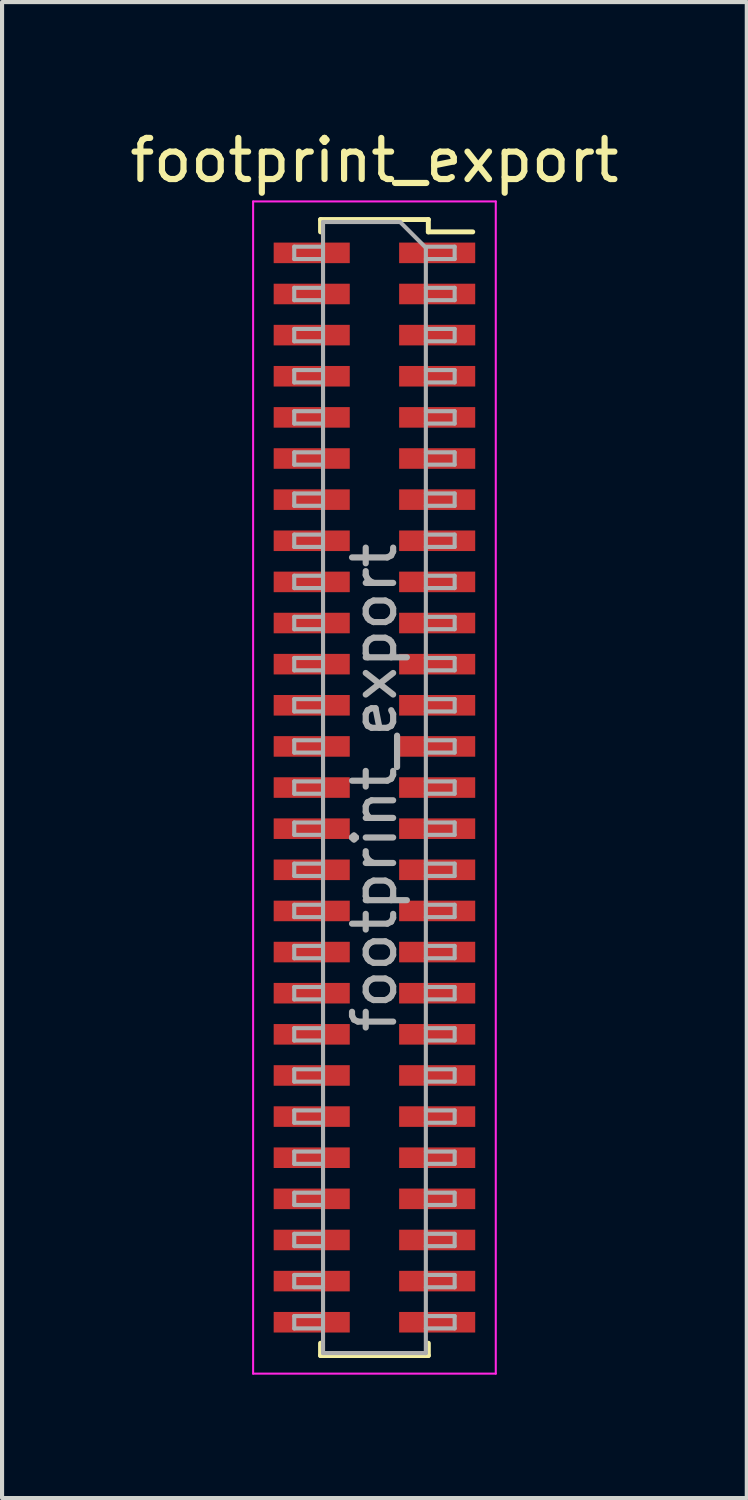
<source format=kicad_pcb>
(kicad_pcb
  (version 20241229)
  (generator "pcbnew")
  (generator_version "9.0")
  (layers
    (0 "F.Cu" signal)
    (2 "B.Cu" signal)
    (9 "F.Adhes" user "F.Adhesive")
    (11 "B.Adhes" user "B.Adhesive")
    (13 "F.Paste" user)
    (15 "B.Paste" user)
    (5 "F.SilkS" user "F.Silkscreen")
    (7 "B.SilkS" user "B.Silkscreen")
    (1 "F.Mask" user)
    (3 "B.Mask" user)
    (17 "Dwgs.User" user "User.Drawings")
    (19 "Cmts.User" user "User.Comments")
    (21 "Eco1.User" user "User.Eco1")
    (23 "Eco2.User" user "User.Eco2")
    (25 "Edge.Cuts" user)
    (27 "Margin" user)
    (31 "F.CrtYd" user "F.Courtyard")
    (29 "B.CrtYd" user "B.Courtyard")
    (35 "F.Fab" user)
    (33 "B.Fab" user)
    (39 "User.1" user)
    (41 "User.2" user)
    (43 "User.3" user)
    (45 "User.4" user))
  (footprint "footprint_export"
    (layer "F.Cu")
    (at 6.054 16.098)
    (property "Reference" "footprint_export" (at 0 -15.25 0) (layer "F.SilkS") (effects (font (size 1 1) (thickness 0.15))))
    (attr smd)
    (fp_line (start -1.31 -13.81) (end -1.31 -13.51) (stroke (width 0.12) (type solid)) (layer "F.SilkS"))
    (fp_line (start -1.31 -13.81) (end 1.31 -13.81) (stroke (width 0.12) (type solid)) (layer "F.SilkS"))
    (fp_line (start -1.31 13.51) (end -1.31 13.81) (stroke (width 0.12) (type solid)) (layer "F.SilkS"))
    (fp_line (start -1.31 13.81) (end 1.31 13.81) (stroke (width 0.12) (type solid)) (layer "F.SilkS"))
    (fp_line (start 1.31 -13.81) (end 1.31 -13.51) (stroke (width 0.12) (type solid)) (layer "F.SilkS"))
    (fp_line (start 1.31 -13.51) (end 2.39 -13.51) (stroke (width 0.12) (type solid)) (layer "F.SilkS"))
    (fp_line (start 1.31 13.51) (end 1.31 13.81) (stroke (width 0.12) (type solid)) (layer "F.SilkS"))
    (fp_line (start -2.95 -14.25) (end 2.95 -14.25) (stroke (width 0.05) (type solid)) (layer "F.CrtYd"))
    (fp_line (start -2.95 14.25) (end -2.95 -14.25) (stroke (width 0.05) (type solid)) (layer "F.CrtYd"))
    (fp_line (start 2.95 -14.25) (end 2.95 14.25) (stroke (width 0.05) (type solid)) (layer "F.CrtYd"))
    (fp_line (start 2.95 14.25) (end -2.95 14.25) (stroke (width 0.05) (type solid)) (layer "F.CrtYd"))
    (fp_line (start -1.95 -13.15) (end -1.25 -13.15) (stroke (width 0.1) (type solid)) (layer "F.Fab"))
    (fp_line (start -1.95 -12.85) (end -1.95 -13.15) (stroke (width 0.1) (type solid)) (layer "F.Fab"))
    (fp_line (start -1.95 -12.15) (end -1.25 -12.15) (stroke (width 0.1) (type solid)) (layer "F.Fab"))
    (fp_line (start -1.95 -11.85) (end -1.95 -12.15) (stroke (width 0.1) (type solid)) (layer "F.Fab"))
    (fp_line (start -1.95 -11.15) (end -1.25 -11.15) (stroke (width 0.1) (type solid)) (layer "F.Fab"))
    (fp_line (start -1.95 -10.85) (end -1.95 -11.15) (stroke (width 0.1) (type solid)) (layer "F.Fab"))
    (fp_line (start -1.95 -10.15) (end -1.25 -10.15) (stroke (width 0.1) (type solid)) (layer "F.Fab"))
    (fp_line (start -1.95 -9.85) (end -1.95 -10.15) (stroke (width 0.1) (type solid)) (layer "F.Fab"))
    (fp_line (start -1.95 -9.15) (end -1.25 -9.15) (stroke (width 0.1) (type solid)) (layer "F.Fab"))
    (fp_line (start -1.95 -8.85) (end -1.95 -9.15) (stroke (width 0.1) (type solid)) (layer "F.Fab"))
    (fp_line (start -1.95 -8.15) (end -1.25 -8.15) (stroke (width 0.1) (type solid)) (layer "F.Fab"))
    (fp_line (start -1.95 -7.85) (end -1.95 -8.15) (stroke (width 0.1) (type solid)) (layer "F.Fab"))
    (fp_line (start -1.95 -7.15) (end -1.25 -7.15) (stroke (width 0.1) (type solid)) (layer "F.Fab"))
    (fp_line (start -1.95 -6.85) (end -1.95 -7.15) (stroke (width 0.1) (type solid)) (layer "F.Fab"))
    (fp_line (start -1.95 -6.15) (end -1.25 -6.15) (stroke (width 0.1) (type solid)) (layer "F.Fab"))
    (fp_line (start -1.95 -5.85) (end -1.95 -6.15) (stroke (width 0.1) (type solid)) (layer "F.Fab"))
    (fp_line (start -1.95 -5.15) (end -1.25 -5.15) (stroke (width 0.1) (type solid)) (layer "F.Fab"))
    (fp_line (start -1.95 -4.85) (end -1.95 -5.15) (stroke (width 0.1) (type solid)) (layer "F.Fab"))
    (fp_line (start -1.95 -4.15) (end -1.25 -4.15) (stroke (width 0.1) (type solid)) (layer "F.Fab"))
    (fp_line (start -1.95 -3.85) (end -1.95 -4.15) (stroke (width 0.1) (type solid)) (layer "F.Fab"))
    (fp_line (start -1.95 -3.15) (end -1.25 -3.15) (stroke (width 0.1) (type solid)) (layer "F.Fab"))
    (fp_line (start -1.95 -2.85) (end -1.95 -3.15) (stroke (width 0.1) (type solid)) (layer "F.Fab"))
    (fp_line (start -1.95 -2.15) (end -1.25 -2.15) (stroke (width 0.1) (type solid)) (layer "F.Fab"))
    (fp_line (start -1.95 -1.85) (end -1.95 -2.15) (stroke (width 0.1) (type solid)) (layer "F.Fab"))
    (fp_line (start -1.95 -1.15) (end -1.25 -1.15) (stroke (width 0.1) (type solid)) (layer "F.Fab"))
    (fp_line (start -1.95 -0.85) (end -1.95 -1.15) (stroke (width 0.1) (type solid)) (layer "F.Fab"))
    (fp_line (start -1.95 -0.15) (end -1.25 -0.15) (stroke (width 0.1) (type solid)) (layer "F.Fab"))
    (fp_line (start -1.95 0.15) (end -1.95 -0.15) (stroke (width 0.1) (type solid)) (layer "F.Fab"))
    (fp_line (start -1.95 0.85) (end -1.25 0.85) (stroke (width 0.1) (type solid)) (layer "F.Fab"))
    (fp_line (start -1.95 1.15) (end -1.95 0.85) (stroke (width 0.1) (type solid)) (layer "F.Fab"))
    (fp_line (start -1.95 1.85) (end -1.25 1.85) (stroke (width 0.1) (type solid)) (layer "F.Fab"))
    (fp_line (start -1.95 2.15) (end -1.95 1.85) (stroke (width 0.1) (type solid)) (layer "F.Fab"))
    (fp_line (start -1.95 2.85) (end -1.25 2.85) (stroke (width 0.1) (type solid)) (layer "F.Fab"))
    (fp_line (start -1.95 3.15) (end -1.95 2.85) (stroke (width 0.1) (type solid)) (layer "F.Fab"))
    (fp_line (start -1.95 3.85) (end -1.25 3.85) (stroke (width 0.1) (type solid)) (layer "F.Fab"))
    (fp_line (start -1.95 4.15) (end -1.95 3.85) (stroke (width 0.1) (type solid)) (layer "F.Fab"))
    (fp_line (start -1.95 4.85) (end -1.25 4.85) (stroke (width 0.1) (type solid)) (layer "F.Fab"))
    (fp_line (start -1.95 5.15) (end -1.95 4.85) (stroke (width 0.1) (type solid)) (layer "F.Fab"))
    (fp_line (start -1.95 5.85) (end -1.25 5.85) (stroke (width 0.1) (type solid)) (layer "F.Fab"))
    (fp_line (start -1.95 6.15) (end -1.95 5.85) (stroke (width 0.1) (type solid)) (layer "F.Fab"))
    (fp_line (start -1.95 6.85) (end -1.25 6.85) (stroke (width 0.1) (type solid)) (layer "F.Fab"))
    (fp_line (start -1.95 7.15) (end -1.95 6.85) (stroke (width 0.1) (type solid)) (layer "F.Fab"))
    (fp_line (start -1.95 7.85) (end -1.25 7.85) (stroke (width 0.1) (type solid)) (layer "F.Fab"))
    (fp_line (start -1.95 8.15) (end -1.95 7.85) (stroke (width 0.1) (type solid)) (layer "F.Fab"))
    (fp_line (start -1.95 8.85) (end -1.25 8.85) (stroke (width 0.1) (type solid)) (layer "F.Fab"))
    (fp_line (start -1.95 9.15) (end -1.95 8.85) (stroke (width 0.1) (type solid)) (layer "F.Fab"))
    (fp_line (start -1.95 9.85) (end -1.25 9.85) (stroke (width 0.1) (type solid)) (layer "F.Fab"))
    (fp_line (start -1.95 10.15) (end -1.95 9.85) (stroke (width 0.1) (type solid)) (layer "F.Fab"))
    (fp_line (start -1.95 10.85) (end -1.25 10.85) (stroke (width 0.1) (type solid)) (layer "F.Fab"))
    (fp_line (start -1.95 11.15) (end -1.95 10.85) (stroke (width 0.1) (type solid)) (layer "F.Fab"))
    (fp_line (start -1.95 11.85) (end -1.25 11.85) (stroke (width 0.1) (type solid)) (layer "F.Fab"))
    (fp_line (start -1.95 12.15) (end -1.95 11.85) (stroke (width 0.1) (type solid)) (layer "F.Fab"))
    (fp_line (start -1.95 12.85) (end -1.25 12.85) (stroke (width 0.1) (type solid)) (layer "F.Fab"))
    (fp_line (start -1.95 13.15) (end -1.95 12.85) (stroke (width 0.1) (type solid)) (layer "F.Fab"))
    (fp_line (start -1.25 -13.75) (end 0.625 -13.75) (stroke (width 0.1) (type solid)) (layer "F.Fab"))
    (fp_line (start -1.25 -12.85) (end -1.95 -12.85) (stroke (width 0.1) (type solid)) (layer "F.Fab"))
    (fp_line (start -1.25 -11.85) (end -1.95 -11.85) (stroke (width 0.1) (type solid)) (layer "F.Fab"))
    (fp_line (start -1.25 -10.85) (end -1.95 -10.85) (stroke (width 0.1) (type solid)) (layer "F.Fab"))
    (fp_line (start -1.25 -9.85) (end -1.95 -9.85) (stroke (width 0.1) (type solid)) (layer "F.Fab"))
    (fp_line (start -1.25 -8.85) (end -1.95 -8.85) (stroke (width 0.1) (type solid)) (layer "F.Fab"))
    (fp_line (start -1.25 -7.85) (end -1.95 -7.85) (stroke (width 0.1) (type solid)) (layer "F.Fab"))
    (fp_line (start -1.25 -6.85) (end -1.95 -6.85) (stroke (width 0.1) (type solid)) (layer "F.Fab"))
    (fp_line (start -1.25 -5.85) (end -1.95 -5.85) (stroke (width 0.1) (type solid)) (layer "F.Fab"))
    (fp_line (start -1.25 -4.85) (end -1.95 -4.85) (stroke (width 0.1) (type solid)) (layer "F.Fab"))
    (fp_line (start -1.25 -3.85) (end -1.95 -3.85) (stroke (width 0.1) (type solid)) (layer "F.Fab"))
    (fp_line (start -1.25 -2.85) (end -1.95 -2.85) (stroke (width 0.1) (type solid)) (layer "F.Fab"))
    (fp_line (start -1.25 -1.85) (end -1.95 -1.85) (stroke (width 0.1) (type solid)) (layer "F.Fab"))
    (fp_line (start -1.25 -0.85) (end -1.95 -0.85) (stroke (width 0.1) (type solid)) (layer "F.Fab"))
    (fp_line (start -1.25 0.15) (end -1.95 0.15) (stroke (width 0.1) (type solid)) (layer "F.Fab"))
    (fp_line (start -1.25 1.15) (end -1.95 1.15) (stroke (width 0.1) (type solid)) (layer "F.Fab"))
    (fp_line (start -1.25 2.15) (end -1.95 2.15) (stroke (width 0.1) (type solid)) (layer "F.Fab"))
    (fp_line (start -1.25 3.15) (end -1.95 3.15) (stroke (width 0.1) (type solid)) (layer "F.Fab"))
    (fp_line (start -1.25 4.15) (end -1.95 4.15) (stroke (width 0.1) (type solid)) (layer "F.Fab"))
    (fp_line (start -1.25 5.15) (end -1.95 5.15) (stroke (width 0.1) (type solid)) (layer "F.Fab"))
    (fp_line (start -1.25 6.15) (end -1.95 6.15) (stroke (width 0.1) (type solid)) (layer "F.Fab"))
    (fp_line (start -1.25 7.15) (end -1.95 7.15) (stroke (width 0.1) (type solid)) (layer "F.Fab"))
    (fp_line (start -1.25 8.15) (end -1.95 8.15) (stroke (width 0.1) (type solid)) (layer "F.Fab"))
    (fp_line (start -1.25 9.15) (end -1.95 9.15) (stroke (width 0.1) (type solid)) (layer "F.Fab"))
    (fp_line (start -1.25 10.15) (end -1.95 10.15) (stroke (width 0.1) (type solid)) (layer "F.Fab"))
    (fp_line (start -1.25 11.15) (end -1.95 11.15) (stroke (width 0.1) (type solid)) (layer "F.Fab"))
    (fp_line (start -1.25 12.15) (end -1.95 12.15) (stroke (width 0.1) (type solid)) (layer "F.Fab"))
    (fp_line (start -1.25 13.15) (end -1.95 13.15) (stroke (width 0.1) (type solid)) (layer "F.Fab"))
    (fp_line (start -1.25 13.75) (end -1.25 -13.75) (stroke (width 0.1) (type solid)) (layer "F.Fab"))
    (fp_line (start 0.625 -13.75) (end 1.25 -13.125) (stroke (width 0.1) (type solid)) (layer "F.Fab"))
    (fp_line (start 1.25 -13.15) (end 1.95 -13.15) (stroke (width 0.1) (type solid)) (layer "F.Fab"))
    (fp_line (start 1.25 -13.125) (end 1.25 13.75) (stroke (width 0.1) (type solid)) (layer "F.Fab"))
    (fp_line (start 1.25 -12.15) (end 1.95 -12.15) (stroke (width 0.1) (type solid)) (layer "F.Fab"))
    (fp_line (start 1.25 -11.15) (end 1.95 -11.15) (stroke (width 0.1) (type solid)) (layer "F.Fab"))
    (fp_line (start 1.25 -10.15) (end 1.95 -10.15) (stroke (width 0.1) (type solid)) (layer "F.Fab"))
    (fp_line (start 1.25 -9.15) (end 1.95 -9.15) (stroke (width 0.1) (type solid)) (layer "F.Fab"))
    (fp_line (start 1.25 -8.15) (end 1.95 -8.15) (stroke (width 0.1) (type solid)) (layer "F.Fab"))
    (fp_line (start 1.25 -7.15) (end 1.95 -7.15) (stroke (width 0.1) (type solid)) (layer "F.Fab"))
    (fp_line (start 1.25 -6.15) (end 1.95 -6.15) (stroke (width 0.1) (type solid)) (layer "F.Fab"))
    (fp_line (start 1.25 -5.15) (end 1.95 -5.15) (stroke (width 0.1) (type solid)) (layer "F.Fab"))
    (fp_line (start 1.25 -4.15) (end 1.95 -4.15) (stroke (width 0.1) (type solid)) (layer "F.Fab"))
    (fp_line (start 1.25 -3.15) (end 1.95 -3.15) (stroke (width 0.1) (type solid)) (layer "F.Fab"))
    (fp_line (start 1.25 -2.15) (end 1.95 -2.15) (stroke (width 0.1) (type solid)) (layer "F.Fab"))
    (fp_line (start 1.25 -1.15) (end 1.95 -1.15) (stroke (width 0.1) (type solid)) (layer "F.Fab"))
    (fp_line (start 1.25 -0.15) (end 1.95 -0.15) (stroke (width 0.1) (type solid)) (layer "F.Fab"))
    (fp_line (start 1.25 0.85) (end 1.95 0.85) (stroke (width 0.1) (type solid)) (layer "F.Fab"))
    (fp_line (start 1.25 1.85) (end 1.95 1.85) (stroke (width 0.1) (type solid)) (layer "F.Fab"))
    (fp_line (start 1.25 2.85) (end 1.95 2.85) (stroke (width 0.1) (type solid)) (layer "F.Fab"))
    (fp_line (start 1.25 3.85) (end 1.95 3.85) (stroke (width 0.1) (type solid)) (layer "F.Fab"))
    (fp_line (start 1.25 4.85) (end 1.95 4.85) (stroke (width 0.1) (type solid)) (layer "F.Fab"))
    (fp_line (start 1.25 5.85) (end 1.95 5.85) (stroke (width 0.1) (type solid)) (layer "F.Fab"))
    (fp_line (start 1.25 6.85) (end 1.95 6.85) (stroke (width 0.1) (type solid)) (layer "F.Fab"))
    (fp_line (start 1.25 7.85) (end 1.95 7.85) (stroke (width 0.1) (type solid)) (layer "F.Fab"))
    (fp_line (start 1.25 8.85) (end 1.95 8.85) (stroke (width 0.1) (type solid)) (layer "F.Fab"))
    (fp_line (start 1.25 9.85) (end 1.95 9.85) (stroke (width 0.1) (type solid)) (layer "F.Fab"))
    (fp_line (start 1.25 10.85) (end 1.95 10.85) (stroke (width 0.1) (type solid)) (layer "F.Fab"))
    (fp_line (start 1.25 11.85) (end 1.95 11.85) (stroke (width 0.1) (type solid)) (layer "F.Fab"))
    (fp_line (start 1.25 12.85) (end 1.95 12.85) (stroke (width 0.1) (type solid)) (layer "F.Fab"))
    (fp_line (start 1.25 13.75) (end -1.25 13.75) (stroke (width 0.1) (type solid)) (layer "F.Fab"))
    (fp_line (start 1.95 -13.15) (end 1.95 -12.85) (stroke (width 0.1) (type solid)) (layer "F.Fab"))
    (fp_line (start 1.95 -12.85) (end 1.25 -12.85) (stroke (width 0.1) (type solid)) (layer "F.Fab"))
    (fp_line (start 1.95 -12.15) (end 1.95 -11.85) (stroke (width 0.1) (type solid)) (layer "F.Fab"))
    (fp_line (start 1.95 -11.85) (end 1.25 -11.85) (stroke (width 0.1) (type solid)) (layer "F.Fab"))
    (fp_line (start 1.95 -11.15) (end 1.95 -10.85) (stroke (width 0.1) (type solid)) (layer "F.Fab"))
    (fp_line (start 1.95 -10.85) (end 1.25 -10.85) (stroke (width 0.1) (type solid)) (layer "F.Fab"))
    (fp_line (start 1.95 -10.15) (end 1.95 -9.85) (stroke (width 0.1) (type solid)) (layer "F.Fab"))
    (fp_line (start 1.95 -9.85) (end 1.25 -9.85) (stroke (width 0.1) (type solid)) (layer "F.Fab"))
    (fp_line (start 1.95 -9.15) (end 1.95 -8.85) (stroke (width 0.1) (type solid)) (layer "F.Fab"))
    (fp_line (start 1.95 -8.85) (end 1.25 -8.85) (stroke (width 0.1) (type solid)) (layer "F.Fab"))
    (fp_line (start 1.95 -8.15) (end 1.95 -7.85) (stroke (width 0.1) (type solid)) (layer "F.Fab"))
    (fp_line (start 1.95 -7.85) (end 1.25 -7.85) (stroke (width 0.1) (type solid)) (layer "F.Fab"))
    (fp_line (start 1.95 -7.15) (end 1.95 -6.85) (stroke (width 0.1) (type solid)) (layer "F.Fab"))
    (fp_line (start 1.95 -6.85) (end 1.25 -6.85) (stroke (width 0.1) (type solid)) (layer "F.Fab"))
    (fp_line (start 1.95 -6.15) (end 1.95 -5.85) (stroke (width 0.1) (type solid)) (layer "F.Fab"))
    (fp_line (start 1.95 -5.85) (end 1.25 -5.85) (stroke (width 0.1) (type solid)) (layer "F.Fab"))
    (fp_line (start 1.95 -5.15) (end 1.95 -4.85) (stroke (width 0.1) (type solid)) (layer "F.Fab"))
    (fp_line (start 1.95 -4.85) (end 1.25 -4.85) (stroke (width 0.1) (type solid)) (layer "F.Fab"))
    (fp_line (start 1.95 -4.15) (end 1.95 -3.85) (stroke (width 0.1) (type solid)) (layer "F.Fab"))
    (fp_line (start 1.95 -3.85) (end 1.25 -3.85) (stroke (width 0.1) (type solid)) (layer "F.Fab"))
    (fp_line (start 1.95 -3.15) (end 1.95 -2.85) (stroke (width 0.1) (type solid)) (layer "F.Fab"))
    (fp_line (start 1.95 -2.85) (end 1.25 -2.85) (stroke (width 0.1) (type solid)) (layer "F.Fab"))
    (fp_line (start 1.95 -2.15) (end 1.95 -1.85) (stroke (width 0.1) (type solid)) (layer "F.Fab"))
    (fp_line (start 1.95 -1.85) (end 1.25 -1.85) (stroke (width 0.1) (type solid)) (layer "F.Fab"))
    (fp_line (start 1.95 -1.15) (end 1.95 -0.85) (stroke (width 0.1) (type solid)) (layer "F.Fab"))
    (fp_line (start 1.95 -0.85) (end 1.25 -0.85) (stroke (width 0.1) (type solid)) (layer "F.Fab"))
    (fp_line (start 1.95 -0.15) (end 1.95 0.15) (stroke (width 0.1) (type solid)) (layer "F.Fab"))
    (fp_line (start 1.95 0.15) (end 1.25 0.15) (stroke (width 0.1) (type solid)) (layer "F.Fab"))
    (fp_line (start 1.95 0.85) (end 1.95 1.15) (stroke (width 0.1) (type solid)) (layer "F.Fab"))
    (fp_line (start 1.95 1.15) (end 1.25 1.15) (stroke (width 0.1) (type solid)) (layer "F.Fab"))
    (fp_line (start 1.95 1.85) (end 1.95 2.15) (stroke (width 0.1) (type solid)) (layer "F.Fab"))
    (fp_line (start 1.95 2.15) (end 1.25 2.15) (stroke (width 0.1) (type solid)) (layer "F.Fab"))
    (fp_line (start 1.95 2.85) (end 1.95 3.15) (stroke (width 0.1) (type solid)) (layer "F.Fab"))
    (fp_line (start 1.95 3.15) (end 1.25 3.15) (stroke (width 0.1) (type solid)) (layer "F.Fab"))
    (fp_line (start 1.95 3.85) (end 1.95 4.15) (stroke (width 0.1) (type solid)) (layer "F.Fab"))
    (fp_line (start 1.95 4.15) (end 1.25 4.15) (stroke (width 0.1) (type solid)) (layer "F.Fab"))
    (fp_line (start 1.95 4.85) (end 1.95 5.15) (stroke (width 0.1) (type solid)) (layer "F.Fab"))
    (fp_line (start 1.95 5.15) (end 1.25 5.15) (stroke (width 0.1) (type solid)) (layer "F.Fab"))
    (fp_line (start 1.95 5.85) (end 1.95 6.15) (stroke (width 0.1) (type solid)) (layer "F.Fab"))
    (fp_line (start 1.95 6.15) (end 1.25 6.15) (stroke (width 0.1) (type solid)) (layer "F.Fab"))
    (fp_line (start 1.95 6.85) (end 1.95 7.15) (stroke (width 0.1) (type solid)) (layer "F.Fab"))
    (fp_line (start 1.95 7.15) (end 1.25 7.15) (stroke (width 0.1) (type solid)) (layer "F.Fab"))
    (fp_line (start 1.95 7.85) (end 1.95 8.15) (stroke (width 0.1) (type solid)) (layer "F.Fab"))
    (fp_line (start 1.95 8.15) (end 1.25 8.15) (stroke (width 0.1) (type solid)) (layer "F.Fab"))
    (fp_line (start 1.95 8.85) (end 1.95 9.15) (stroke (width 0.1) (type solid)) (layer "F.Fab"))
    (fp_line (start 1.95 9.15) (end 1.25 9.15) (stroke (width 0.1) (type solid)) (layer "F.Fab"))
    (fp_line (start 1.95 9.85) (end 1.95 10.15) (stroke (width 0.1) (type solid)) (layer "F.Fab"))
    (fp_line (start 1.95 10.15) (end 1.25 10.15) (stroke (width 0.1) (type solid)) (layer "F.Fab"))
    (fp_line (start 1.95 10.85) (end 1.95 11.15) (stroke (width 0.1) (type solid)) (layer "F.Fab"))
    (fp_line (start 1.95 11.15) (end 1.25 11.15) (stroke (width 0.1) (type solid)) (layer "F.Fab"))
    (fp_line (start 1.95 11.85) (end 1.95 12.15) (stroke (width 0.1) (type solid)) (layer "F.Fab"))
    (fp_line (start 1.95 12.15) (end 1.25 12.15) (stroke (width 0.1) (type solid)) (layer "F.Fab"))
    (fp_line (start 1.95 12.85) (end 1.95 13.15) (stroke (width 0.1) (type solid)) (layer "F.Fab"))
    (fp_line (start 1.95 13.15) (end 1.25 13.15) (stroke (width 0.1) (type solid)) (layer "F.Fab"))
    (fp_text user "${REFERENCE}" (at 0 0 90) (layer "F.Fab") (effects (font (size 1 1) (thickness 0.15))))
    (pad "1" smd rect (at 1.525 -13) (size 1.85 0.5) (layers "F.Cu" "F.Mask" "F.Paste"))
    (pad "2" smd rect (at -1.525 -13) (size 1.85 0.5) (layers "F.Cu" "F.Mask" "F.Paste"))
    (pad "3" smd rect (at 1.525 -12) (size 1.85 0.5) (layers "F.Cu" "F.Mask" "F.Paste"))
    (pad "4" smd rect (at -1.525 -12) (size 1.85 0.5) (layers "F.Cu" "F.Mask" "F.Paste"))
    (pad "5" smd rect (at 1.525 -11) (size 1.85 0.5) (layers "F.Cu" "F.Mask" "F.Paste"))
    (pad "6" smd rect (at -1.525 -11) (size 1.85 0.5) (layers "F.Cu" "F.Mask" "F.Paste"))
    (pad "7" smd rect (at 1.525 -10) (size 1.85 0.5) (layers "F.Cu" "F.Mask" "F.Paste"))
    (pad "8" smd rect (at -1.525 -10) (size 1.85 0.5) (layers "F.Cu" "F.Mask" "F.Paste"))
    (pad "9" smd rect (at 1.525 -9) (size 1.85 0.5) (layers "F.Cu" "F.Mask" "F.Paste"))
    (pad "10" smd rect (at -1.525 -9) (size 1.85 0.5) (layers "F.Cu" "F.Mask" "F.Paste"))
    (pad "11" smd rect (at 1.525 -8) (size 1.85 0.5) (layers "F.Cu" "F.Mask" "F.Paste"))
    (pad "12" smd rect (at -1.525 -8) (size 1.85 0.5) (layers "F.Cu" "F.Mask" "F.Paste"))
    (pad "13" smd rect (at 1.525 -7) (size 1.85 0.5) (layers "F.Cu" "F.Mask" "F.Paste"))
    (pad "14" smd rect (at -1.525 -7) (size 1.85 0.5) (layers "F.Cu" "F.Mask" "F.Paste"))
    (pad "15" smd rect (at 1.525 -6) (size 1.85 0.5) (layers "F.Cu" "F.Mask" "F.Paste"))
    (pad "16" smd rect (at -1.525 -6) (size 1.85 0.5) (layers "F.Cu" "F.Mask" "F.Paste"))
    (pad "17" smd rect (at 1.525 -5) (size 1.85 0.5) (layers "F.Cu" "F.Mask" "F.Paste"))
    (pad "18" smd rect (at -1.525 -5) (size 1.85 0.5) (layers "F.Cu" "F.Mask" "F.Paste"))
    (pad "19" smd rect (at 1.525 -4) (size 1.85 0.5) (layers "F.Cu" "F.Mask" "F.Paste"))
    (pad "20" smd rect (at -1.525 -4) (size 1.85 0.5) (layers "F.Cu" "F.Mask" "F.Paste"))
    (pad "21" smd rect (at 1.525 -3) (size 1.85 0.5) (layers "F.Cu" "F.Mask" "F.Paste"))
    (pad "22" smd rect (at -1.525 -3) (size 1.85 0.5) (layers "F.Cu" "F.Mask" "F.Paste"))
    (pad "23" smd rect (at 1.525 -2) (size 1.85 0.5) (layers "F.Cu" "F.Mask" "F.Paste"))
    (pad "24" smd rect (at -1.525 -2) (size 1.85 0.5) (layers "F.Cu" "F.Mask" "F.Paste"))
    (pad "25" smd rect (at 1.525 -1) (size 1.85 0.5) (layers "F.Cu" "F.Mask" "F.Paste"))
    (pad "26" smd rect (at -1.525 -1) (size 1.85 0.5) (layers "F.Cu" "F.Mask" "F.Paste"))
    (pad "27" smd rect (at 1.525 0) (size 1.85 0.5) (layers "F.Cu" "F.Mask" "F.Paste"))
    (pad "28" smd rect (at -1.525 0) (size 1.85 0.5) (layers "F.Cu" "F.Mask" "F.Paste"))
    (pad "29" smd rect (at 1.525 1) (size 1.85 0.5) (layers "F.Cu" "F.Mask" "F.Paste"))
    (pad "30" smd rect (at -1.525 1) (size 1.85 0.5) (layers "F.Cu" "F.Mask" "F.Paste"))
    (pad "31" smd rect (at 1.525 2) (size 1.85 0.5) (layers "F.Cu" "F.Mask" "F.Paste"))
    (pad "32" smd rect (at -1.525 2) (size 1.85 0.5) (layers "F.Cu" "F.Mask" "F.Paste"))
    (pad "33" smd rect (at 1.525 3) (size 1.85 0.5) (layers "F.Cu" "F.Mask" "F.Paste"))
    (pad "34" smd rect (at -1.525 3) (size 1.85 0.5) (layers "F.Cu" "F.Mask" "F.Paste"))
    (pad "35" smd rect (at 1.525 4) (size 1.85 0.5) (layers "F.Cu" "F.Mask" "F.Paste"))
    (pad "36" smd rect (at -1.525 4) (size 1.85 0.5) (layers "F.Cu" "F.Mask" "F.Paste"))
    (pad "37" smd rect (at 1.525 5) (size 1.85 0.5) (layers "F.Cu" "F.Mask" "F.Paste"))
    (pad "38" smd rect (at -1.525 5) (size 1.85 0.5) (layers "F.Cu" "F.Mask" "F.Paste"))
    (pad "39" smd rect (at 1.525 6) (size 1.85 0.5) (layers "F.Cu" "F.Mask" "F.Paste"))
    (pad "40" smd rect (at -1.525 6) (size 1.85 0.5) (layers "F.Cu" "F.Mask" "F.Paste"))
    (pad "41" smd rect (at 1.525 7) (size 1.85 0.5) (layers "F.Cu" "F.Mask" "F.Paste"))
    (pad "42" smd rect (at -1.525 7) (size 1.85 0.5) (layers "F.Cu" "F.Mask" "F.Paste"))
    (pad "43" smd rect (at 1.525 8) (size 1.85 0.5) (layers "F.Cu" "F.Mask" "F.Paste"))
    (pad "44" smd rect (at -1.525 8) (size 1.85 0.5) (layers "F.Cu" "F.Mask" "F.Paste"))
    (pad "45" smd rect (at 1.525 9) (size 1.85 0.5) (layers "F.Cu" "F.Mask" "F.Paste"))
    (pad "46" smd rect (at -1.525 9) (size 1.85 0.5) (layers "F.Cu" "F.Mask" "F.Paste"))
    (pad "47" smd rect (at 1.525 10) (size 1.85 0.5) (layers "F.Cu" "F.Mask" "F.Paste"))
    (pad "48" smd rect (at -1.525 10) (size 1.85 0.5) (layers "F.Cu" "F.Mask" "F.Paste"))
    (pad "49" smd rect (at 1.525 11) (size 1.85 0.5) (layers "F.Cu" "F.Mask" "F.Paste"))
    (pad "50" smd rect (at -1.525 11) (size 1.85 0.5) (layers "F.Cu" "F.Mask" "F.Paste"))
    (pad "51" smd rect (at 1.525 12) (size 1.85 0.5) (layers "F.Cu" "F.Mask" "F.Paste"))
    (pad "52" smd rect (at -1.525 12) (size 1.85 0.5) (layers "F.Cu" "F.Mask" "F.Paste"))
    (pad "53" smd rect (at 1.525 13) (size 1.85 0.5) (layers "F.Cu" "F.Mask" "F.Paste"))
    (pad "54" smd rect (at -1.525 13) (size 1.85 0.5) (layers "F.Cu" "F.Mask" "F.Paste")))
  (gr_rect
    (start -3 -3)
    (end 15.107 33.373)
    (stroke (width 0.1) (type default))
    (fill no)
    (layer "Edge.Cuts")))
</source>
